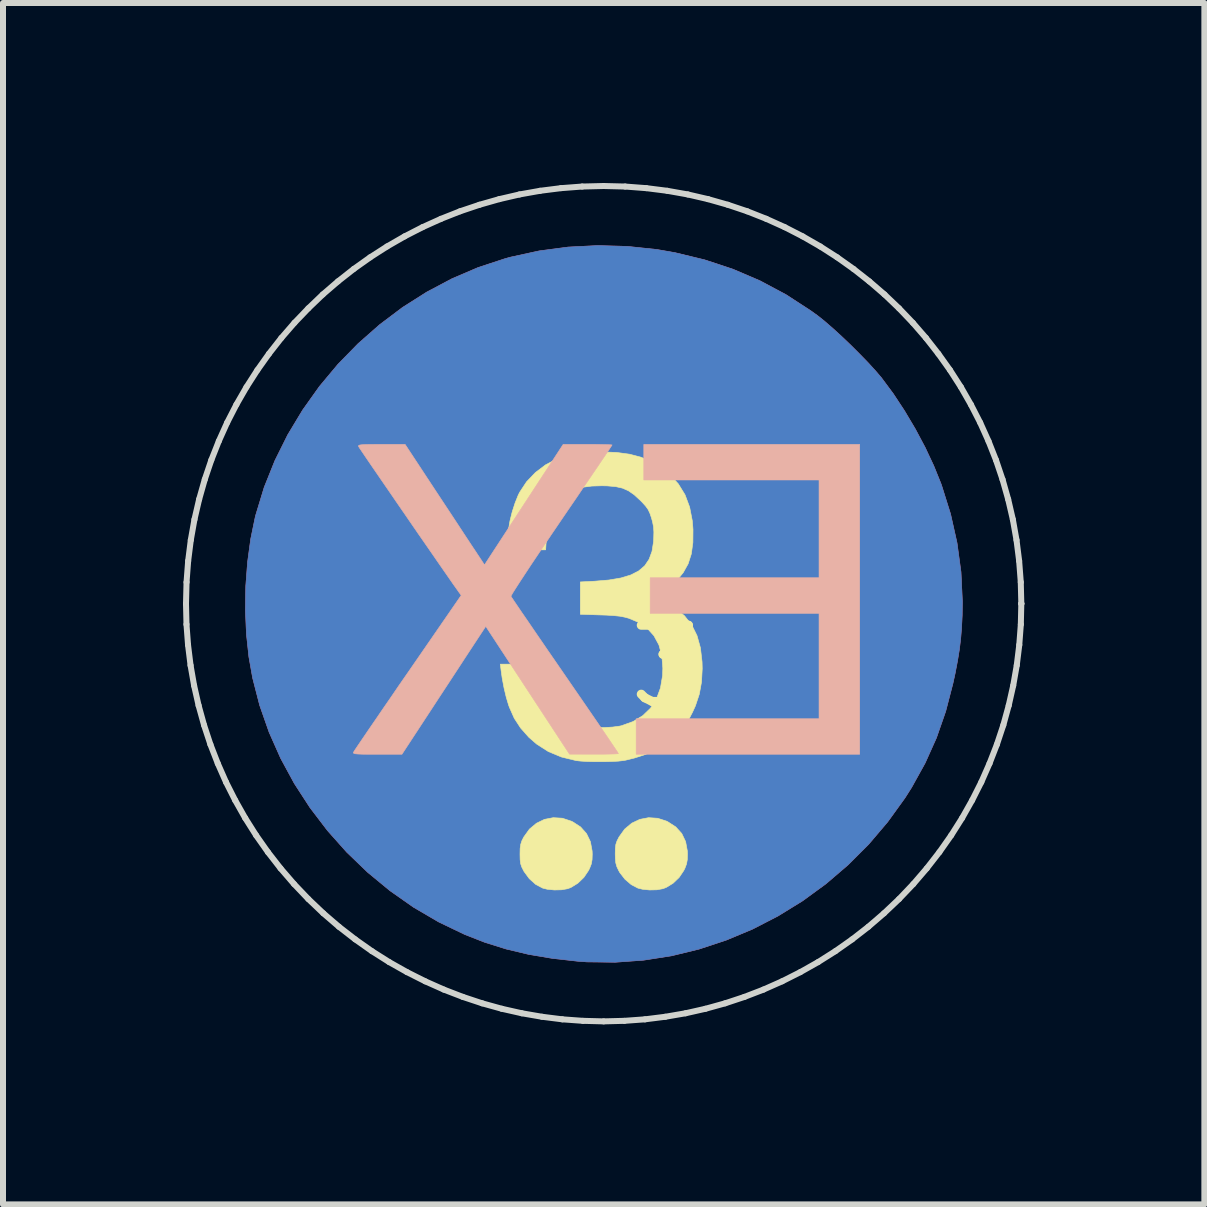
<source format=kicad_pcb>
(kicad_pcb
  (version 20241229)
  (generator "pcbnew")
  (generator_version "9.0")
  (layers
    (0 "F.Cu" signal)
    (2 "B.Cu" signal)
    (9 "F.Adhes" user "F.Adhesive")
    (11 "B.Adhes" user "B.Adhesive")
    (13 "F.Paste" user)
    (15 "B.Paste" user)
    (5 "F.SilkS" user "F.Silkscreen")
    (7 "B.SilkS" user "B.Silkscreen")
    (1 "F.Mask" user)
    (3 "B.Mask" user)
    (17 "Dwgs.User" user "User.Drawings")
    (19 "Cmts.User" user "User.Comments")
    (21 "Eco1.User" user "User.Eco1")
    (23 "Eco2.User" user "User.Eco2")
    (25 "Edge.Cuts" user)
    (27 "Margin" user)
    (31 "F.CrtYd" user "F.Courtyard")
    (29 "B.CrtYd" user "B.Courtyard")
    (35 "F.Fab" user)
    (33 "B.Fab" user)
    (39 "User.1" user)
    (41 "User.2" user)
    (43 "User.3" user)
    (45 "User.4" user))
  (footprint "3"
    (layer "F.Cu")
    (at 8.061 8.061)
    (property "Reference" "3" (at 0 0 0) (layer "F.SilkS") (effects (font (size 1.27 1.27) (thickness 0.15))))
    (attr through_hole)
    (fp_poly (pts (xy -0.654 -7.004) (xy -0.162 -6.952) (xy 0.141 -6.899) (xy 0.632 -6.78) (xy 1.104 -6.624) (xy 1.555 -6.431) (xy 1.988 -6.2) (xy 2.402 -5.931) (xy 2.517 -5.848) (xy 2.632 -5.756) (xy 2.767 -5.639) (xy 2.914 -5.505) (xy 3.067 -5.359) (xy 3.217 -5.209) (xy 3.358 -5.064) (xy 3.482 -4.928) (xy 3.582 -4.811) (xy 3.586 -4.805) (xy 3.776 -4.549) (xy 3.963 -4.265) (xy 4.143 -3.962) (xy 4.308 -3.652) (xy 4.452 -3.345) (xy 4.57 -3.053) (xy 4.58 -3.026) (xy 4.731 -2.544) (xy 4.839 -2.062) (xy 4.905 -1.577) (xy 4.928 -1.09) (xy 4.925 -0.857) (xy 4.915 -0.654) (xy 4.9 -0.468) (xy 4.878 -0.286) (xy 4.847 -0.096) (xy 4.807 0.113) (xy 4.771 0.278) (xy 4.65 0.744) (xy 4.496 1.186) (xy 4.307 1.607) (xy 4.082 2.013) (xy 3.971 2.188) (xy 3.683 2.587) (xy 3.366 2.96) (xy 3.022 3.304) (xy 2.654 3.619) (xy 2.265 3.903) (xy 1.856 4.155) (xy 1.431 4.374) (xy 0.991 4.558) (xy 0.54 4.707) (xy 0.08 4.819) (xy -0.387 4.892) (xy -0.858 4.926) (xy -1.331 4.92) (xy -1.482 4.909) (xy -1.908 4.861) (xy -2.303 4.794) (xy -2.676 4.705) (xy -3.033 4.593) (xy -3.365 4.463) (xy -3.8 4.254) (xy -4.217 4.01) (xy -4.612 3.733) (xy -4.984 3.426) (xy -5.331 3.092) (xy -5.651 2.733) (xy -5.943 2.35) (xy -6.204 1.948) (xy -6.432 1.528) (xy -6.625 1.093) (xy -6.782 0.645) (xy -6.9 0.187) (xy -6.962 -0.162) (xy -7.003 -0.543) (xy -7.02 -0.94) (xy -7.014 -1.343) (xy -6.984 -1.742) (xy -6.932 -2.126) (xy -6.858 -2.485) (xy -6.847 -2.529) (xy -6.707 -2.989) (xy -6.528 -3.435) (xy -6.314 -3.865) (xy -6.066 -4.277) (xy -5.787 -4.669) (xy -5.479 -5.038) (xy -5.143 -5.382) (xy -4.783 -5.699) (xy -4.401 -5.987) (xy -3.997 -6.243) (xy -3.576 -6.466) (xy -3.139 -6.653) (xy -2.688 -6.801) (xy -2.596 -6.826) (xy -2.124 -6.929) (xy -1.64 -6.993) (xy -1.148 -7.018) (xy -0.654 -7.004)) (stroke (width 0.01) (type solid)) (fill yes) (layer "F.Cu"))
    (fp_poly (pts (xy -0.654 -7.004) (xy -0.162 -6.952) (xy 0.141 -6.899) (xy 0.632 -6.78) (xy 1.104 -6.624) (xy 1.555 -6.431) (xy 1.988 -6.2) (xy 2.402 -5.931) (xy 2.517 -5.848) (xy 2.632 -5.756) (xy 2.767 -5.639) (xy 2.914 -5.505) (xy 3.067 -5.359) (xy 3.217 -5.209) (xy 3.358 -5.064) (xy 3.482 -4.928) (xy 3.582 -4.811) (xy 3.586 -4.805) (xy 3.776 -4.549) (xy 3.963 -4.265) (xy 4.143 -3.962) (xy 4.308 -3.652) (xy 4.452 -3.345) (xy 4.57 -3.053) (xy 4.58 -3.026) (xy 4.731 -2.544) (xy 4.839 -2.062) (xy 4.905 -1.577) (xy 4.928 -1.09) (xy 4.925 -0.857) (xy 4.915 -0.654) (xy 4.9 -0.468) (xy 4.878 -0.286) (xy 4.847 -0.096) (xy 4.807 0.113) (xy 4.771 0.278) (xy 4.65 0.744) (xy 4.496 1.186) (xy 4.307 1.607) (xy 4.082 2.013) (xy 3.971 2.188) (xy 3.683 2.587) (xy 3.366 2.96) (xy 3.022 3.304) (xy 2.654 3.619) (xy 2.265 3.903) (xy 1.856 4.155) (xy 1.431 4.374) (xy 0.991 4.558) (xy 0.54 4.707) (xy 0.08 4.819) (xy -0.387 4.892) (xy -0.858 4.926) (xy -1.331 4.92) (xy -1.482 4.909) (xy -1.908 4.861) (xy -2.303 4.794) (xy -2.676 4.705) (xy -3.033 4.593) (xy -3.365 4.463) (xy -3.8 4.254) (xy -4.217 4.01) (xy -4.612 3.733) (xy -4.984 3.426) (xy -5.331 3.092) (xy -5.651 2.733) (xy -5.943 2.35) (xy -6.204 1.948) (xy -6.432 1.528) (xy -6.625 1.093) (xy -6.782 0.645) (xy -6.9 0.187) (xy -6.962 -0.162) (xy -7.003 -0.543) (xy -7.02 -0.94) (xy -7.014 -1.343) (xy -6.984 -1.742) (xy -6.932 -2.126) (xy -6.858 -2.485) (xy -6.847 -2.529) (xy -6.707 -2.989) (xy -6.528 -3.435) (xy -6.314 -3.865) (xy -6.066 -4.277) (xy -5.787 -4.669) (xy -5.479 -5.038) (xy -5.143 -5.382) (xy -4.783 -5.699) (xy -4.401 -5.987) (xy -3.997 -6.243) (xy -3.576 -6.466) (xy -3.139 -6.653) (xy -2.688 -6.801) (xy -2.596 -6.826) (xy -2.124 -6.929) (xy -1.64 -6.993) (xy -1.148 -7.018) (xy -0.654 -7.004)) (stroke (width 0.01) (type solid)) (fill yes) (layer "B.Cu"))
    (fp_poly (pts (xy -1.738 2.526) (xy -1.587 2.576) (xy -1.57 2.584) (xy -1.435 2.671) (xy -1.336 2.782) (xy -1.271 2.916) (xy -1.242 3.073) (xy -1.24 3.125) (xy -1.243 3.217) (xy -1.256 3.289) (xy -1.284 3.361) (xy -1.303 3.399) (xy -1.38 3.513) (xy -1.481 3.61) (xy -1.595 3.68) (xy -1.65 3.701) (xy -1.752 3.719) (xy -1.872 3.722) (xy -1.99 3.71) (xy -2.066 3.691) (xy -2.183 3.629) (xy -2.289 3.534) (xy -2.377 3.414) (xy -2.382 3.405) (xy -2.415 3.34) (xy -2.434 3.283) (xy -2.442 3.217) (xy -2.444 3.126) (xy -2.444 3.122) (xy -2.442 3.029) (xy -2.432 2.961) (xy -2.413 2.902) (xy -2.381 2.839) (xy -2.287 2.708) (xy -2.17 2.61) (xy -2.036 2.545) (xy -1.89 2.517) (xy -1.738 2.526)) (stroke (width 0.01) (type solid)) (fill yes) (layer "F.SilkS"))
    (fp_poly (pts (xy -0.149 2.527) (xy 0.002 2.576) (xy 0.017 2.584) (xy 0.152 2.671) (xy 0.252 2.782) (xy 0.316 2.916) (xy 0.345 3.073) (xy 0.347 3.125) (xy 0.344 3.217) (xy 0.331 3.289) (xy 0.304 3.361) (xy 0.285 3.399) (xy 0.208 3.513) (xy 0.107 3.61) (xy -0.008 3.68) (xy -0.063 3.701) (xy -0.164 3.719) (xy -0.285 3.722) (xy -0.402 3.71) (xy -0.479 3.691) (xy -0.59 3.633) (xy -0.694 3.544) (xy -0.779 3.435) (xy -0.799 3.4) (xy -0.83 3.334) (xy -0.848 3.271) (xy -0.855 3.196) (xy -0.857 3.122) (xy -0.855 3.03) (xy -0.847 2.963) (xy -0.828 2.906) (xy -0.795 2.841) (xy -0.794 2.839) (xy -0.7 2.708) (xy -0.582 2.609) (xy -0.447 2.545) (xy -0.301 2.517) (xy -0.149 2.527)) (stroke (width 0.01) (type solid)) (fill yes) (layer "F.SilkS"))
    (fp_poly (pts (xy -0.833 -3.57) (xy -0.618 -3.541) (xy -0.428 -3.491) (xy -0.255 -3.417) (xy -0.134 -3.347) (xy 0.048 -3.207) (xy 0.194 -3.047) (xy 0.306 -2.865) (xy 0.383 -2.659) (xy 0.428 -2.428) (xy 0.439 -2.286) (xy 0.437 -2.068) (xy 0.411 -1.879) (xy 0.358 -1.714) (xy 0.276 -1.567) (xy 0.164 -1.431) (xy 0.15 -1.416) (xy 0.072 -1.347) (xy -0.015 -1.282) (xy -0.094 -1.234) (xy -0.094 -1.233) (xy -0.218 -1.171) (xy -0.04 -1.084) (xy 0.147 -0.975) (xy 0.299 -0.846) (xy 0.419 -0.693) (xy 0.506 -0.517) (xy 0.563 -0.313) (xy 0.59 -0.081) (xy 0.593 0.032) (xy 0.581 0.256) (xy 0.544 0.459) (xy 0.479 0.654) (xy 0.43 0.761) (xy 0.372 0.872) (xy 0.314 0.961) (xy 0.244 1.045) (xy 0.171 1.121) (xy 0.089 1.197) (xy 0.002 1.27) (xy -0.077 1.329) (xy -0.111 1.352) (xy -0.234 1.414) (xy -0.381 1.473) (xy -0.538 1.523) (xy -0.685 1.559) (xy -0.72 1.565) (xy -0.806 1.575) (xy -0.922 1.581) (xy -1.055 1.584) (xy -1.192 1.584) (xy -1.322 1.581) (xy -1.433 1.574) (xy -1.506 1.566) (xy -1.753 1.506) (xy -1.972 1.415) (xy -2.167 1.29) (xy -2.298 1.176) (xy -2.435 1.021) (xy -2.54 0.86) (xy -2.622 0.675) (xy -2.634 0.641) (xy -2.673 0.512) (xy -2.71 0.357) (xy -2.741 0.193) (xy -2.76 0.058) (xy -2.772 -0.042) (xy -2.117 -0.042) (xy -2.117 0.03) (xy -2.112 0.089) (xy -2.101 0.17) (xy -2.086 0.25) (xy -2.026 0.455) (xy -1.939 0.628) (xy -1.824 0.769) (xy -1.681 0.879) (xy -1.509 0.959) (xy -1.425 0.984) (xy -1.317 1.003) (xy -1.183 1.013) (xy -1.039 1.015) (xy -0.901 1.007) (xy -0.782 0.991) (xy -0.752 0.984) (xy -0.56 0.915) (xy -0.399 0.817) (xy -0.268 0.691) (xy -0.17 0.537) (xy -0.103 0.355) (xy -0.068 0.148) (xy -0.064 0.025) (xy -0.08 -0.182) (xy -0.129 -0.362) (xy -0.212 -0.515) (xy -0.326 -0.642) (xy -0.474 -0.741) (xy -0.632 -0.807) (xy -0.703 -0.826) (xy -0.783 -0.841) (xy -0.88 -0.851) (xy -1.004 -0.859) (xy -1.106 -0.862) (xy -1.439 -0.873) (xy -1.439 -1.412) (xy -1.201 -1.424) (xy -0.963 -1.444) (xy -0.763 -1.478) (xy -0.598 -1.528) (xy -0.467 -1.595) (xy -0.365 -1.682) (xy -0.292 -1.791) (xy -0.244 -1.922) (xy -0.219 -2.079) (xy -0.216 -2.131) (xy -0.213 -2.243) (xy -0.219 -2.332) (xy -0.236 -2.417) (xy -0.253 -2.479) (xy -0.28 -2.558) (xy -0.309 -2.619) (xy -0.35 -2.676) (xy -0.41 -2.742) (xy -0.441 -2.773) (xy -0.541 -2.865) (xy -0.636 -2.931) (xy -0.735 -2.975) (xy -0.85 -3.001) (xy -0.991 -3.013) (xy -1.079 -3.015) (xy -1.247 -3.01) (xy -1.384 -2.992) (xy -1.5 -2.96) (xy -1.606 -2.909) (xy -1.655 -2.879) (xy -1.757 -2.788) (xy -1.846 -2.663) (xy -1.919 -2.511) (xy -1.972 -2.34) (xy -2.002 -2.155) (xy -2.005 -2.126) (xy -2.017 -1.947) (xy -2.67 -1.947) (xy -2.658 -2.064) (xy -2.648 -2.157) (xy -2.638 -2.259) (xy -2.633 -2.302) (xy -2.611 -2.432) (xy -2.574 -2.581) (xy -2.526 -2.729) (xy -2.473 -2.861) (xy -2.449 -2.908) (xy -2.335 -3.081) (xy -2.187 -3.236) (xy -2.016 -3.365) (xy -1.829 -3.462) (xy -1.802 -3.473) (xy -1.632 -3.525) (xy -1.446 -3.56) (xy -1.235 -3.577) (xy -1.079 -3.58) (xy -0.833 -3.57)) (stroke (width 0.01) (type solid)) (fill yes) (layer "F.SilkS"))
    (fp_poly (pts (xy 3.217 1.46) (xy -0.508 1.46) (xy -0.508 0.868) (xy 2.54 0.868) (xy 2.54 -0.889) (xy -0.275 -0.889) (xy -0.275 -1.482) (xy 2.54 -1.482) (xy 2.54 -3.111) (xy -0.381 -3.111) (xy -0.381 -3.704) (xy 3.217 -3.704) (xy 3.217 1.46)) (stroke (width 0.01) (type solid)) (fill yes) (layer "B.SilkS"))
    (fp_poly (pts (xy -3.882 -2.979) (xy -3.77 -2.809) (xy -3.657 -2.638) (xy -3.548 -2.473) (xy -3.447 -2.319) (xy -3.357 -2.182) (xy -3.282 -2.068) (xy -3.226 -1.983) (xy -3.22 -1.975) (xy -3.036 -1.696) (xy -2.381 -2.7) (xy -1.725 -3.704) (xy -1.318 -3.704) (xy -1.192 -3.704) (xy -1.081 -3.702) (xy -0.993 -3.7) (xy -0.934 -3.698) (xy -0.91 -3.695) (xy -0.91 -3.695) (xy -0.922 -3.676) (xy -0.955 -3.626) (xy -1.009 -3.545) (xy -1.081 -3.439) (xy -1.169 -3.308) (xy -1.272 -3.157) (xy -1.387 -2.988) (xy -1.512 -2.803) (xy -1.647 -2.606) (xy -1.758 -2.443) (xy -1.898 -2.237) (xy -2.03 -2.041) (xy -2.153 -1.858) (xy -2.265 -1.691) (xy -2.363 -1.542) (xy -2.447 -1.414) (xy -2.514 -1.31) (xy -2.562 -1.234) (xy -2.589 -1.187) (xy -2.595 -1.173) (xy -2.582 -1.152) (xy -2.546 -1.098) (xy -2.49 -1.015) (xy -2.416 -0.906) (xy -2.325 -0.774) (xy -2.22 -0.62) (xy -2.102 -0.448) (xy -1.974 -0.261) (xy -1.836 -0.061) (xy -1.695 0.144) (xy -1.551 0.353) (xy -1.414 0.552) (xy -1.286 0.738) (xy -1.169 0.908) (xy -1.065 1.06) (xy -0.976 1.191) (xy -0.904 1.298) (xy -0.85 1.378) (xy -0.816 1.429) (xy -0.804 1.448) (xy -0.824 1.452) (xy -0.88 1.455) (xy -0.966 1.457) (xy -1.074 1.459) (xy -1.199 1.459) (xy -1.212 1.459) (xy -1.619 1.458) (xy -2.317 0.393) (xy -3.015 -0.672) (xy -3.281 -0.267) (xy -3.358 -0.15) (xy -3.453 -0.004) (xy -3.561 0.161) (xy -3.677 0.338) (xy -3.796 0.519) (xy -3.912 0.697) (xy -3.979 0.799) (xy -4.412 1.46) (xy -4.822 1.46) (xy -4.965 1.46) (xy -5.07 1.459) (xy -5.143 1.456) (xy -5.189 1.452) (xy -5.214 1.445) (xy -5.222 1.435) (xy -5.22 1.429) (xy -5.207 1.406) (xy -5.171 1.352) (xy -5.115 1.269) (xy -5.04 1.159) (xy -4.949 1.025) (xy -4.843 0.871) (xy -4.725 0.698) (xy -4.596 0.511) (xy -4.459 0.31) (xy -4.316 0.104) (xy -3.424 -1.189) (xy -3.465 -1.245) (xy -3.498 -1.292) (xy -3.551 -1.366) (xy -3.62 -1.466) (xy -3.705 -1.588) (xy -3.802 -1.728) (xy -3.909 -1.883) (xy -4.024 -2.049) (xy -4.144 -2.222) (xy -4.267 -2.401) (xy -4.39 -2.58) (xy -4.512 -2.757) (xy -4.629 -2.928) (xy -4.74 -3.089) (xy -4.842 -3.238) (xy -4.933 -3.37) (xy -5.009 -3.482) (xy -5.07 -3.572) (xy -5.112 -3.634) (xy -5.133 -3.667) (xy -5.135 -3.67) (xy -5.136 -3.682) (xy -5.124 -3.691) (xy -5.095 -3.697) (xy -5.043 -3.701) (xy -4.963 -3.703) (xy -4.849 -3.704) (xy -4.753 -3.704) (xy -4.359 -3.704) (xy -3.882 -2.979)) (stroke (width 0.01) (type solid)) (fill yes) (layer "B.SilkS"))
    (fp_line (start -8.011 -1.05) (end -8.002 -1.408) (stroke (width 0.1) (type solid)) (layer "Edge.Cuts"))
    (fp_line (start -8.003 -0.705) (end -8.011 -1.05) (stroke (width 0.1) (type solid)) (layer "Edge.Cuts"))
    (fp_line (start -8.002 -1.408) (end -7.975 -1.762) (stroke (width 0.1) (type solid)) (layer "Edge.Cuts"))
    (fp_line (start -7.977 -0.362) (end -8.003 -0.705) (stroke (width 0.1) (type solid)) (layer "Edge.Cuts"))
    (fp_line (start -7.975 -1.762) (end -7.931 -2.11) (stroke (width 0.1) (type solid)) (layer "Edge.Cuts"))
    (fp_line (start -7.935 -0.022) (end -7.977 -0.362) (stroke (width 0.1) (type solid)) (layer "Edge.Cuts"))
    (fp_line (start -7.931 -2.11) (end -7.87 -2.453) (stroke (width 0.1) (type solid)) (layer "Edge.Cuts"))
    (fp_line (start -7.876 0.315) (end -7.935 -0.022) (stroke (width 0.1) (type solid)) (layer "Edge.Cuts"))
    (fp_line (start -7.87 -2.453) (end -7.792 -2.789) (stroke (width 0.1) (type solid)) (layer "Edge.Cuts"))
    (fp_line (start -7.801 0.647) (end -7.876 0.315) (stroke (width 0.1) (type solid)) (layer "Edge.Cuts"))
    (fp_line (start -7.792 -2.789) (end -7.698 -3.12) (stroke (width 0.1) (type solid)) (layer "Edge.Cuts"))
    (fp_line (start -7.71 0.975) (end -7.801 0.647) (stroke (width 0.1) (type solid)) (layer "Edge.Cuts"))
    (fp_line (start -7.698 -3.12) (end -7.589 -3.443) (stroke (width 0.1) (type solid)) (layer "Edge.Cuts"))
    (fp_line (start -7.604 1.297) (end -7.71 0.975) (stroke (width 0.1) (type solid)) (layer "Edge.Cuts"))
    (fp_line (start -7.589 -3.443) (end -7.464 -3.759) (stroke (width 0.1) (type solid)) (layer "Edge.Cuts"))
    (fp_line (start -7.481 1.614) (end -7.604 1.297) (stroke (width 0.1) (type solid)) (layer "Edge.Cuts"))
    (fp_line (start -7.464 -3.759) (end -7.325 -4.068) (stroke (width 0.1) (type solid)) (layer "Edge.Cuts"))
    (fp_line (start -7.344 1.925) (end -7.481 1.614) (stroke (width 0.1) (type solid)) (layer "Edge.Cuts"))
    (fp_line (start -7.325 -4.068) (end -7.171 -4.368) (stroke (width 0.1) (type solid)) (layer "Edge.Cuts"))
    (fp_line (start -7.191 2.228) (end -7.344 1.925) (stroke (width 0.1) (type solid)) (layer "Edge.Cuts"))
    (fp_line (start -7.171 -4.368) (end -7.003 -4.66) (stroke (width 0.1) (type solid)) (layer "Edge.Cuts"))
    (fp_line (start -7.024 2.524) (end -7.191 2.228) (stroke (width 0.1) (type solid)) (layer "Edge.Cuts"))
    (fp_line (start -7.003 -4.66) (end -6.822 -4.942) (stroke (width 0.1) (type solid)) (layer "Edge.Cuts"))
    (fp_line (start -6.842 2.812) (end -7.024 2.524) (stroke (width 0.1) (type solid)) (layer "Edge.Cuts"))
    (fp_line (start -6.822 -4.942) (end -6.628 -5.215) (stroke (width 0.1) (type solid)) (layer "Edge.Cuts"))
    (fp_line (start -6.645 3.092) (end -6.842 2.812) (stroke (width 0.1) (type solid)) (layer "Edge.Cuts"))
    (fp_line (start -6.628 -5.215) (end -6.422 -5.478) (stroke (width 0.1) (type solid)) (layer "Edge.Cuts"))
    (fp_line (start -6.435 3.362) (end -6.645 3.092) (stroke (width 0.1) (type solid)) (layer "Edge.Cuts"))
    (fp_line (start -6.422 -5.478) (end -6.203 -5.731) (stroke (width 0.1) (type solid)) (layer "Edge.Cuts"))
    (fp_line (start -6.21 3.623) (end -6.435 3.362) (stroke (width 0.1) (type solid)) (layer "Edge.Cuts"))
    (fp_line (start -6.203 -5.731) (end -5.972 -5.972) (stroke (width 0.1) (type solid)) (layer "Edge.Cuts"))
    (fp_line (start -5.972 -5.972) (end -5.731 -6.203) (stroke (width 0.1) (type solid)) (layer "Edge.Cuts"))
    (fp_line (start -5.972 3.873) (end -6.21 3.623) (stroke (width 0.1) (type solid)) (layer "Edge.Cuts"))
    (fp_line (start -5.731 -6.203) (end -5.478 -6.421) (stroke (width 0.1) (type solid)) (layer "Edge.Cuts"))
    (fp_line (start -5.722 4.111) (end -5.972 3.873) (stroke (width 0.1) (type solid)) (layer "Edge.Cuts"))
    (fp_line (start -5.478 -6.421) (end -5.215 -6.628) (stroke (width 0.1) (type solid)) (layer "Edge.Cuts"))
    (fp_line (start -5.462 4.335) (end -5.722 4.111) (stroke (width 0.1) (type solid)) (layer "Edge.Cuts"))
    (fp_line (start -5.215 -6.628) (end -4.942 -6.822) (stroke (width 0.1) (type solid)) (layer "Edge.Cuts"))
    (fp_line (start -5.191 4.545) (end -5.462 4.335) (stroke (width 0.1) (type solid)) (layer "Edge.Cuts"))
    (fp_line (start -4.942 -6.822) (end -4.66 -7.003) (stroke (width 0.1) (type solid)) (layer "Edge.Cuts"))
    (fp_line (start -4.912 4.742) (end -5.191 4.545) (stroke (width 0.1) (type solid)) (layer "Edge.Cuts"))
    (fp_line (start -4.66 -7.003) (end -4.368 -7.171) (stroke (width 0.1) (type solid)) (layer "Edge.Cuts"))
    (fp_line (start -4.624 4.924) (end -4.912 4.742) (stroke (width 0.1) (type solid)) (layer "Edge.Cuts"))
    (fp_line (start -4.368 -7.171) (end -4.068 -7.325) (stroke (width 0.1) (type solid)) (layer "Edge.Cuts"))
    (fp_line (start -4.328 5.091) (end -4.624 4.924) (stroke (width 0.1) (type solid)) (layer "Edge.Cuts"))
    (fp_line (start -4.068 -7.325) (end -3.76 -7.464) (stroke (width 0.1) (type solid)) (layer "Edge.Cuts"))
    (fp_line (start -4.024 5.244) (end -4.328 5.091) (stroke (width 0.1) (type solid)) (layer "Edge.Cuts"))
    (fp_line (start -3.76 -7.464) (end -3.444 -7.589) (stroke (width 0.1) (type solid)) (layer "Edge.Cuts"))
    (fp_line (start -3.714 5.382) (end -4.024 5.244) (stroke (width 0.1) (type solid)) (layer "Edge.Cuts"))
    (fp_line (start -3.444 -7.589) (end -3.12 -7.698) (stroke (width 0.1) (type solid)) (layer "Edge.Cuts"))
    (fp_line (start -3.397 5.504) (end -3.714 5.382) (stroke (width 0.1) (type solid)) (layer "Edge.Cuts"))
    (fp_line (start -3.12 -7.698) (end -2.79 -7.792) (stroke (width 0.1) (type solid)) (layer "Edge.Cuts"))
    (fp_line (start -3.075 5.611) (end -3.397 5.504) (stroke (width 0.1) (type solid)) (layer "Edge.Cuts"))
    (fp_line (start -2.79 -7.792) (end -2.453 -7.87) (stroke (width 0.1) (type solid)) (layer "Edge.Cuts"))
    (fp_line (start -2.747 5.702) (end -3.075 5.611) (stroke (width 0.1) (type solid)) (layer "Edge.Cuts"))
    (fp_line (start -2.453 -7.87) (end -2.11 -7.931) (stroke (width 0.1) (type solid)) (layer "Edge.Cuts"))
    (fp_line (start -2.414 5.777) (end -2.747 5.702) (stroke (width 0.1) (type solid)) (layer "Edge.Cuts"))
    (fp_line (start -2.11 -7.931) (end -1.762 -7.975) (stroke (width 0.1) (type solid)) (layer "Edge.Cuts"))
    (fp_line (start -2.078 5.835) (end -2.414 5.777) (stroke (width 0.1) (type solid)) (layer "Edge.Cuts"))
    (fp_line (start -1.762 -7.975) (end -1.408 -8.002) (stroke (width 0.1) (type solid)) (layer "Edge.Cuts"))
    (fp_line (start -1.738 5.878) (end -2.078 5.835) (stroke (width 0.1) (type solid)) (layer "Edge.Cuts"))
    (fp_line (start -1.408 -8.002) (end -1.05 -8.011) (stroke (width 0.1) (type solid)) (layer "Edge.Cuts"))
    (fp_line (start -1.395 5.903) (end -1.738 5.878) (stroke (width 0.1) (type solid)) (layer "Edge.Cuts"))
    (fp_line (start -1.05 -8.011) (end -0.692 -8.002) (stroke (width 0.1) (type solid)) (layer "Edge.Cuts"))
    (fp_line (start -1.05 5.912) (end -1.395 5.903) (stroke (width 0.1) (type solid)) (layer "Edge.Cuts"))
    (fp_line (start -0.705 5.903) (end -1.05 5.912) (stroke (width 0.1) (type solid)) (layer "Edge.Cuts"))
    (fp_line (start -0.692 -8.002) (end -0.338 -7.975) (stroke (width 0.1) (type solid)) (layer "Edge.Cuts"))
    (fp_line (start -0.362 5.878) (end -0.705 5.903) (stroke (width 0.1) (type solid)) (layer "Edge.Cuts"))
    (fp_line (start -0.338 -7.975) (end 0.01 -7.931) (stroke (width 0.1) (type solid)) (layer "Edge.Cuts"))
    (fp_line (start -0.022 5.835) (end -0.362 5.878) (stroke (width 0.1) (type solid)) (layer "Edge.Cuts"))
    (fp_line (start 0.01 -7.931) (end 0.353 -7.87) (stroke (width 0.1) (type solid)) (layer "Edge.Cuts"))
    (fp_line (start 0.315 5.777) (end -0.022 5.835) (stroke (width 0.1) (type solid)) (layer "Edge.Cuts"))
    (fp_line (start 0.353 -7.87) (end 0.69 -7.792) (stroke (width 0.1) (type solid)) (layer "Edge.Cuts"))
    (fp_line (start 0.647 5.702) (end 0.315 5.777) (stroke (width 0.1) (type solid)) (layer "Edge.Cuts"))
    (fp_line (start 0.69 -7.792) (end 1.02 -7.698) (stroke (width 0.1) (type solid)) (layer "Edge.Cuts"))
    (fp_line (start 0.975 5.611) (end 0.647 5.702) (stroke (width 0.1) (type solid)) (layer "Edge.Cuts"))
    (fp_line (start 1.02 -7.698) (end 1.344 -7.589) (stroke (width 0.1) (type solid)) (layer "Edge.Cuts"))
    (fp_line (start 1.297 5.504) (end 0.975 5.611) (stroke (width 0.1) (type solid)) (layer "Edge.Cuts"))
    (fp_line (start 1.344 -7.589) (end 1.66 -7.464) (stroke (width 0.1) (type solid)) (layer "Edge.Cuts"))
    (fp_line (start 1.614 5.382) (end 1.297 5.504) (stroke (width 0.1) (type solid)) (layer "Edge.Cuts"))
    (fp_line (start 1.66 -7.464) (end 1.968 -7.325) (stroke (width 0.1) (type solid)) (layer "Edge.Cuts"))
    (fp_line (start 1.925 5.244) (end 1.614 5.382) (stroke (width 0.1) (type solid)) (layer "Edge.Cuts"))
    (fp_line (start 1.968 -7.325) (end 2.268 -7.171) (stroke (width 0.1) (type solid)) (layer "Edge.Cuts"))
    (fp_line (start 2.228 5.091) (end 1.925 5.244) (stroke (width 0.1) (type solid)) (layer "Edge.Cuts"))
    (fp_line (start 2.268 -7.171) (end 2.56 -7.003) (stroke (width 0.1) (type solid)) (layer "Edge.Cuts"))
    (fp_line (start 2.524 4.924) (end 2.228 5.091) (stroke (width 0.1) (type solid)) (layer "Edge.Cuts"))
    (fp_line (start 2.56 -7.003) (end 2.842 -6.822) (stroke (width 0.1) (type solid)) (layer "Edge.Cuts"))
    (fp_line (start 2.812 4.742) (end 2.524 4.924) (stroke (width 0.1) (type solid)) (layer "Edge.Cuts"))
    (fp_line (start 2.842 -6.822) (end 3.115 -6.628) (stroke (width 0.1) (type solid)) (layer "Edge.Cuts"))
    (fp_line (start 3.092 4.545) (end 2.812 4.742) (stroke (width 0.1) (type solid)) (layer "Edge.Cuts"))
    (fp_line (start 3.115 -6.628) (end 3.378 -6.421) (stroke (width 0.1) (type solid)) (layer "Edge.Cuts"))
    (fp_line (start 3.362 4.335) (end 3.092 4.545) (stroke (width 0.1) (type solid)) (layer "Edge.Cuts"))
    (fp_line (start 3.378 -6.421) (end 3.631 -6.203) (stroke (width 0.1) (type solid)) (layer "Edge.Cuts"))
    (fp_line (start 3.622 4.111) (end 3.362 4.335) (stroke (width 0.1) (type solid)) (layer "Edge.Cuts"))
    (fp_line (start 3.631 -6.203) (end 3.873 -5.972) (stroke (width 0.1) (type solid)) (layer "Edge.Cuts"))
    (fp_line (start 3.873 -5.972) (end 4.103 -5.731) (stroke (width 0.1) (type solid)) (layer "Edge.Cuts"))
    (fp_line (start 3.873 3.873) (end 3.622 4.111) (stroke (width 0.1) (type solid)) (layer "Edge.Cuts"))
    (fp_line (start 4.103 -5.731) (end 4.322 -5.478) (stroke (width 0.1) (type solid)) (layer "Edge.Cuts"))
    (fp_line (start 4.111 3.623) (end 3.873 3.873) (stroke (width 0.1) (type solid)) (layer "Edge.Cuts"))
    (fp_line (start 4.322 -5.478) (end 4.528 -5.215) (stroke (width 0.1) (type solid)) (layer "Edge.Cuts"))
    (fp_line (start 4.335 3.362) (end 4.111 3.623) (stroke (width 0.1) (type solid)) (layer "Edge.Cuts"))
    (fp_line (start 4.528 -5.215) (end 4.723 -4.942) (stroke (width 0.1) (type solid)) (layer "Edge.Cuts"))
    (fp_line (start 4.545 3.092) (end 4.335 3.362) (stroke (width 0.1) (type solid)) (layer "Edge.Cuts"))
    (fp_line (start 4.723 -4.942) (end 4.904 -4.66) (stroke (width 0.1) (type solid)) (layer "Edge.Cuts"))
    (fp_line (start 4.742 2.812) (end 4.545 3.092) (stroke (width 0.1) (type solid)) (layer "Edge.Cuts"))
    (fp_line (start 4.904 -4.66) (end 5.071 -4.368) (stroke (width 0.1) (type solid)) (layer "Edge.Cuts"))
    (fp_line (start 4.924 2.524) (end 4.742 2.812) (stroke (width 0.1) (type solid)) (layer "Edge.Cuts"))
    (fp_line (start 5.071 -4.368) (end 5.225 -4.068) (stroke (width 0.1) (type solid)) (layer "Edge.Cuts"))
    (fp_line (start 5.091 2.228) (end 4.924 2.524) (stroke (width 0.1) (type solid)) (layer "Edge.Cuts"))
    (fp_line (start 5.225 -4.068) (end 5.364 -3.759) (stroke (width 0.1) (type solid)) (layer "Edge.Cuts"))
    (fp_line (start 5.244 1.925) (end 5.091 2.228) (stroke (width 0.1) (type solid)) (layer "Edge.Cuts"))
    (fp_line (start 5.364 -3.759) (end 5.489 -3.443) (stroke (width 0.1) (type solid)) (layer "Edge.Cuts"))
    (fp_line (start 5.381 1.614) (end 5.244 1.925) (stroke (width 0.1) (type solid)) (layer "Edge.Cuts"))
    (fp_line (start 5.489 -3.443) (end 5.598 -3.12) (stroke (width 0.1) (type solid)) (layer "Edge.Cuts"))
    (fp_line (start 5.504 1.297) (end 5.381 1.614) (stroke (width 0.1) (type solid)) (layer "Edge.Cuts"))
    (fp_line (start 5.598 -3.12) (end 5.692 -2.789) (stroke (width 0.1) (type solid)) (layer "Edge.Cuts"))
    (fp_line (start 5.611 0.975) (end 5.504 1.297) (stroke (width 0.1) (type solid)) (layer "Edge.Cuts"))
    (fp_line (start 5.692 -2.789) (end 5.77 -2.453) (stroke (width 0.1) (type solid)) (layer "Edge.Cuts"))
    (fp_line (start 5.701 0.647) (end 5.611 0.975) (stroke (width 0.1) (type solid)) (layer "Edge.Cuts"))
    (fp_line (start 5.77 -2.453) (end 5.831 -2.11) (stroke (width 0.1) (type solid)) (layer "Edge.Cuts"))
    (fp_line (start 5.776 0.315) (end 5.701 0.647) (stroke (width 0.1) (type solid)) (layer "Edge.Cuts"))
    (fp_line (start 5.831 -2.11) (end 5.875 -1.762) (stroke (width 0.1) (type solid)) (layer "Edge.Cuts"))
    (fp_line (start 5.835 -0.022) (end 5.776 0.315) (stroke (width 0.1) (type solid)) (layer "Edge.Cuts"))
    (fp_line (start 5.875 -1.762) (end 5.902 -1.408) (stroke (width 0.1) (type solid)) (layer "Edge.Cuts"))
    (fp_line (start 5.877 -0.362) (end 5.835 -0.022) (stroke (width 0.1) (type solid)) (layer "Edge.Cuts"))
    (fp_line (start 5.902 -1.408) (end 5.911 -1.05) (stroke (width 0.1) (type solid)) (layer "Edge.Cuts"))
    (fp_line (start 5.903 -0.705) (end 5.877 -0.362) (stroke (width 0.1) (type solid)) (layer "Edge.Cuts"))
    (fp_line (start 5.911 -1.05) (end 5.903 -0.705) (stroke (width 0.1) (type solid)) (layer "Edge.Cuts"))
    (fp_line (start 5.911 -1.05) (end 5.911 -1.05) (stroke (width 0.1) (type solid)) (layer "Edge.Cuts"))
    (fp_line (start 5.911 -1.05) (end 5.911 -1.05) (stroke (width 0.1) (type solid)) (layer "Edge.Cuts")))
  (gr_rect
    (start -3 -3)
    (end 17.023 17.023)
    (stroke (width 0.1) (type default))
    (fill no)
    (layer "Edge.Cuts")))
</source>
